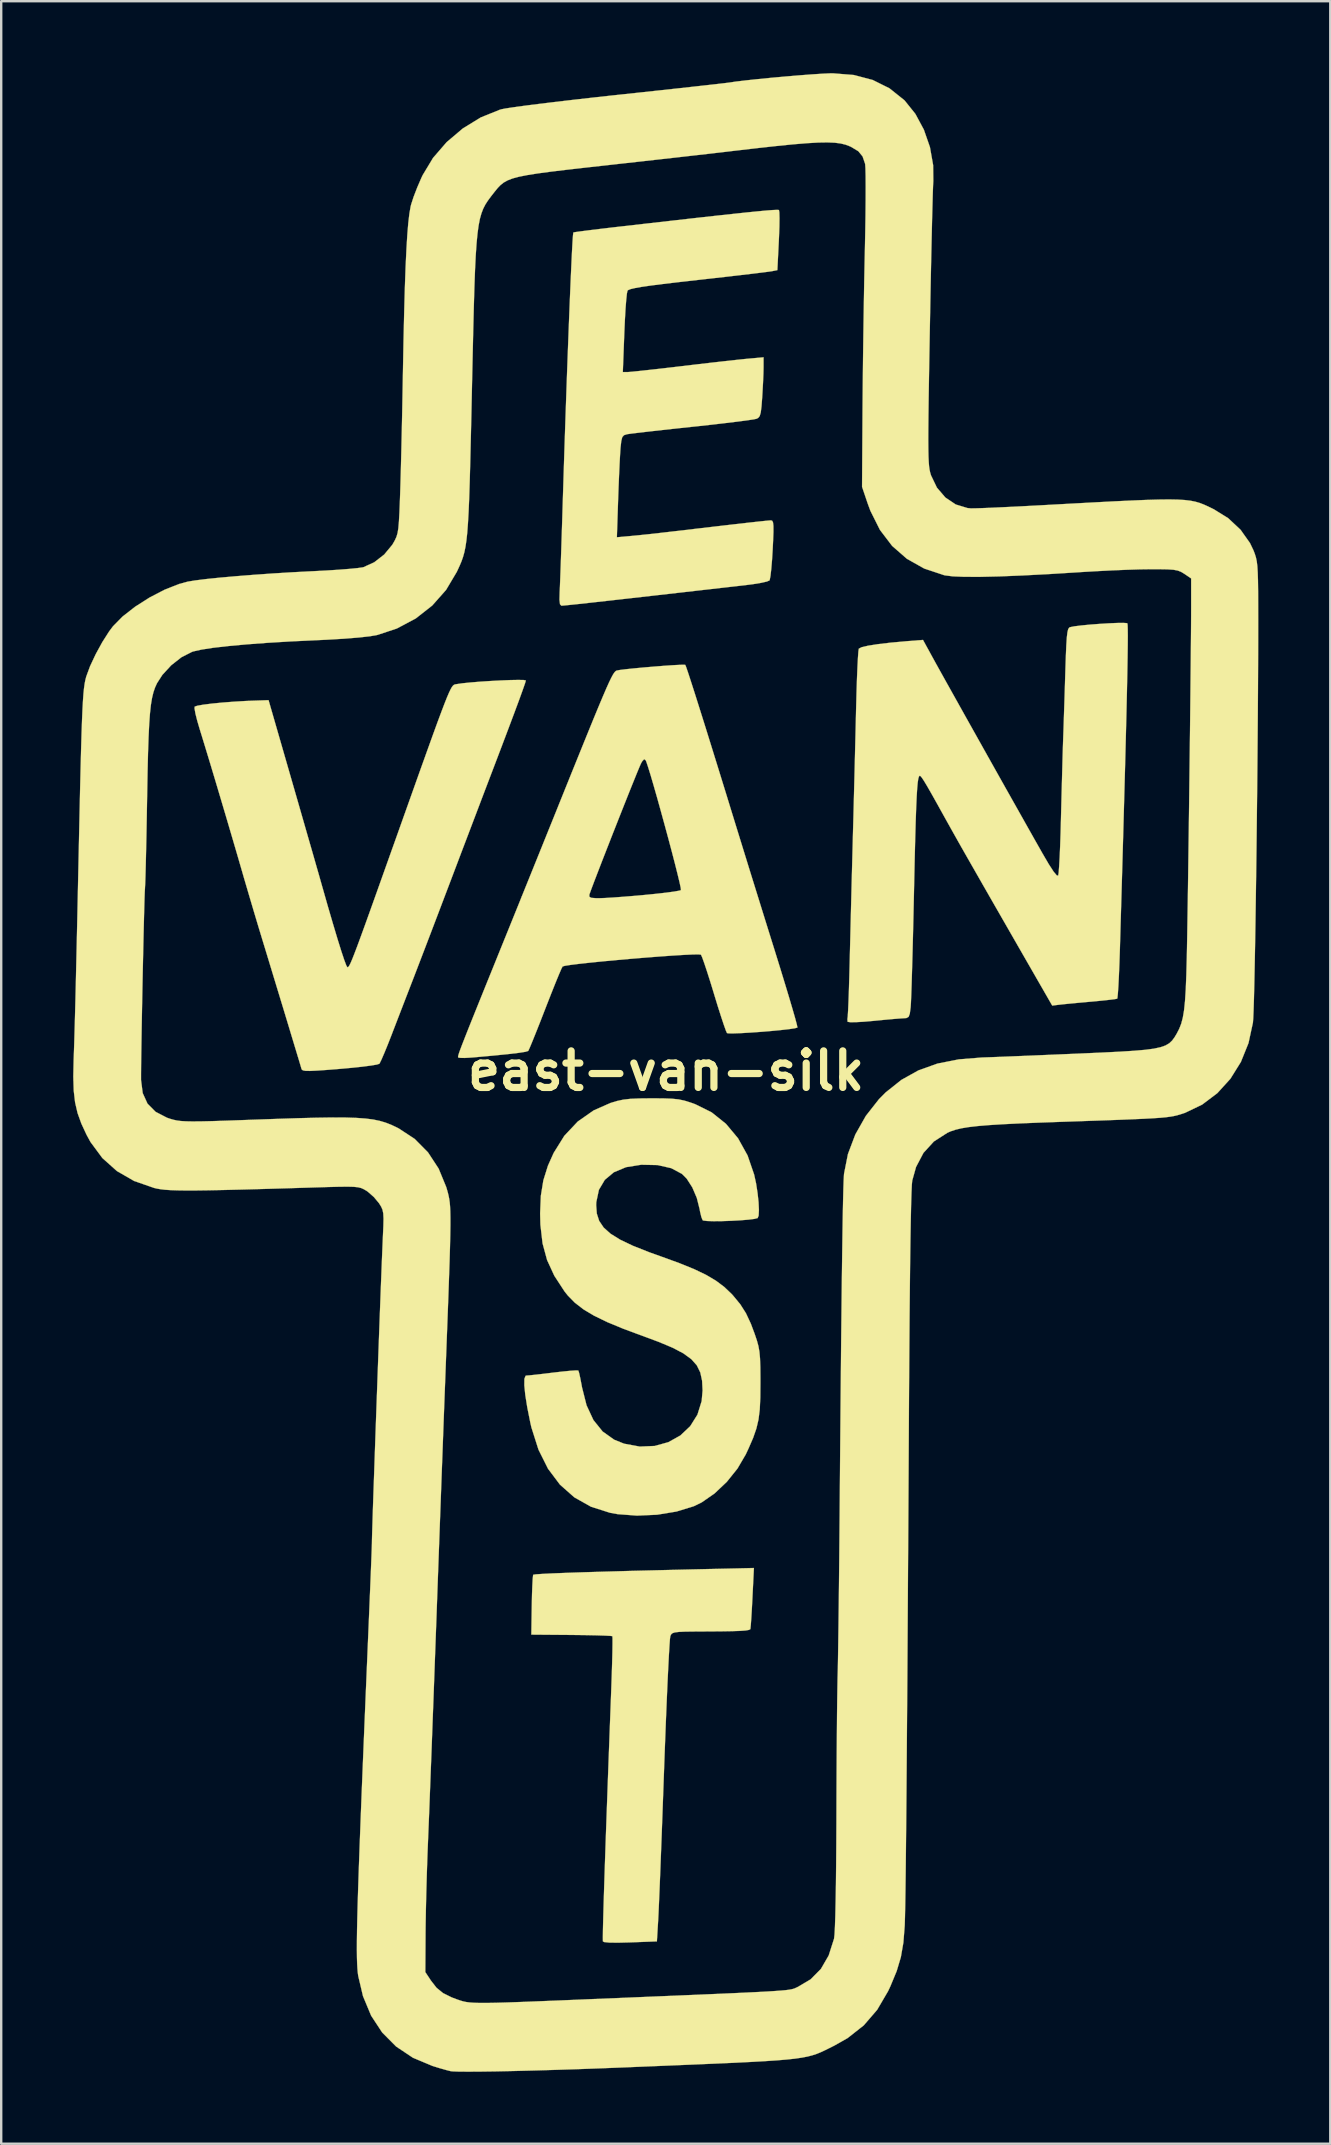
<source format=kicad_pcb>
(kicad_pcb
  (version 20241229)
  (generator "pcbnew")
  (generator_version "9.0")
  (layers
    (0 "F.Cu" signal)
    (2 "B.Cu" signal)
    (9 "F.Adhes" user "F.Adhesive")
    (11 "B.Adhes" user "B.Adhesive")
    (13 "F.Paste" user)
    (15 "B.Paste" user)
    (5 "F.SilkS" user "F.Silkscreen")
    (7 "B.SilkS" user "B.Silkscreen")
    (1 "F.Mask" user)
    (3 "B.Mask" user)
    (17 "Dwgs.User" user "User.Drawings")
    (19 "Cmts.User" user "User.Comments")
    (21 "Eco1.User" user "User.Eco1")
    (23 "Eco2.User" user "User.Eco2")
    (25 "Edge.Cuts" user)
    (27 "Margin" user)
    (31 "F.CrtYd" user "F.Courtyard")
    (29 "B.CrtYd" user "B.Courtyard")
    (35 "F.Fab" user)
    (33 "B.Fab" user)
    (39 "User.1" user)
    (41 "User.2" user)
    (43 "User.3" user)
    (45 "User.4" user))
  (footprint "east-van-silk"
    (layer "F.Cu")
    (at 24.709 41.583)
    (property "Reference" "east-van-silk" (at 0 0 0) (layer "F.SilkS") (effects (font (size 1.524 1.524) (thickness 0.3))))
    (attr through_hole)
    (fp_poly (pts (xy 3.6 21.979) (xy 3.577 22.422) (xy 3.554 22.801) (xy 3.534 23.085) (xy 3.518 23.245) (xy 3.513 23.269) (xy 3.451 23.299) (xy 3.318 23.322) (xy 3.093 23.339) (xy 2.757 23.35) (xy 2.29 23.358) (xy 1.712 23.362) (xy 1.183 23.365) (xy 0.798 23.37) (xy 0.534 23.382) (xy 0.364 23.403) (xy 0.265 23.437) (xy 0.212 23.486) (xy 0.181 23.553) (xy 0.179 23.558) (xy 0.163 23.675) (xy 0.143 23.945) (xy 0.119 24.355) (xy 0.091 24.89) (xy 0.06 25.533) (xy 0.028 26.272) (xy -0.006 27.089) (xy -0.04 27.972) (xy -0.075 28.903) (xy -0.081 29.083) (xy -0.116 30.049) (xy -0.15 30.989) (xy -0.183 31.885) (xy -0.215 32.719) (xy -0.244 33.473) (xy -0.271 34.131) (xy -0.294 34.673) (xy -0.312 35.082) (xy -0.325 35.341) (xy -0.325 35.348) (xy -0.381 36.28) (xy -1.503 36.322) (xy -2.005 36.335) (xy -2.367 36.33) (xy -2.578 36.308) (xy -2.631 36.28) (xy -2.633 36.118) (xy -2.629 35.792) (xy -2.617 35.305) (xy -2.599 34.663) (xy -2.574 33.868) (xy -2.543 32.926) (xy -2.506 31.841) (xy -2.462 30.617) (xy -2.413 29.259) (xy -2.358 27.771) (xy -2.297 26.157) (xy -2.285 25.831) (xy -2.264 25.234) (xy -2.247 24.694) (xy -2.235 24.234) (xy -2.23 23.876) (xy -2.23 23.643) (xy -2.237 23.559) (xy -2.329 23.547) (xy -2.564 23.535) (xy -2.916 23.524) (xy -3.358 23.515) (xy -3.865 23.509) (xy -3.944 23.508) (xy -5.614 23.495) (xy -5.595 22.268) (xy -5.586 21.83) (xy -5.572 21.456) (xy -5.557 21.175) (xy -5.541 21.02) (xy -5.535 21) (xy -5.435 20.984) (xy -5.171 20.965) (xy -4.746 20.944) (xy -4.165 20.921) (xy -3.432 20.896) (xy -2.551 20.87) (xy -1.527 20.841) (xy -0.363 20.812) (xy 0.935 20.781) (xy 0.963 20.78) (xy 3.662 20.718) (xy 3.6 21.979)) (stroke (width 0.01) (type solid)) (fill yes) (layer "F.SilkS"))
    (fp_poly (pts (xy -5.938 -16.291) (xy -5.844 -16.274) (xy -5.843 -16.271) (xy -5.874 -16.16) (xy -5.966 -15.896) (xy -6.116 -15.481) (xy -6.324 -14.92) (xy -6.588 -14.218) (xy -6.906 -13.377) (xy -7.196 -12.615) (xy -7.405 -12.068) (xy -7.659 -11.4) (xy -7.944 -10.649) (xy -8.246 -9.854) (xy -8.551 -9.052) (xy -8.843 -8.281) (xy -8.933 -8.043) (xy -9.206 -7.325) (xy -9.484 -6.593) (xy -9.756 -5.878) (xy -10.01 -5.213) (xy -10.234 -4.628) (xy -10.415 -4.156) (xy -10.483 -3.979) (xy -10.7 -3.418) (xy -10.94 -2.797) (xy -11.177 -2.182) (xy -11.385 -1.642) (xy -11.43 -1.524) (xy -11.592 -1.11) (xy -11.739 -0.751) (xy -11.857 -0.477) (xy -11.934 -0.32) (xy -11.949 -0.297) (xy -12.056 -0.263) (xy -12.303 -0.222) (xy -12.663 -0.175) (xy -13.108 -0.128) (xy -13.593 -0.084) (xy -14.147 -0.04) (xy -14.555 -0.012) (xy -14.84 0.001) (xy -15.024 -0.002) (xy -15.13 -0.021) (xy -15.18 -0.056) (xy -15.193 -0.084) (xy -15.23 -0.211) (xy -15.31 -0.478) (xy -15.426 -0.862) (xy -15.571 -1.341) (xy -15.737 -1.892) (xy -15.919 -2.493) (xy -16.11 -3.121) (xy -16.303 -3.755) (xy -16.49 -4.371) (xy -16.665 -4.947) (xy -16.809 -5.419) (xy -16.994 -6.028) (xy -17.198 -6.71) (xy -17.401 -7.397) (xy -17.584 -8.019) (xy -17.652 -8.255) (xy -17.857 -8.962) (xy -18.083 -9.733) (xy -18.32 -10.538) (xy -18.56 -11.346) (xy -18.793 -12.129) (xy -19.011 -12.854) (xy -19.205 -13.493) (xy -19.365 -14.015) (xy -19.43 -14.224) (xy -19.537 -14.589) (xy -19.614 -14.894) (xy -19.651 -15.104) (xy -19.646 -15.181) (xy -19.533 -15.22) (xy -19.282 -15.264) (xy -18.924 -15.309) (xy -18.491 -15.351) (xy -18.012 -15.388) (xy -17.521 -15.417) (xy -17.279 -15.427) (xy -16.566 -15.452) (xy -15.564 -11.98) (xy -15.342 -11.21) (xy -15.127 -10.463) (xy -14.925 -9.76) (xy -14.741 -9.123) (xy -14.584 -8.574) (xy -14.458 -8.135) (xy -14.371 -7.828) (xy -14.348 -7.747) (xy -14.103 -6.887) (xy -13.883 -6.135) (xy -13.693 -5.5) (xy -13.534 -4.991) (xy -13.41 -4.618) (xy -13.324 -4.391) (xy -13.279 -4.318) (xy -13.255 -4.325) (xy -13.226 -4.352) (xy -13.189 -4.411) (xy -13.139 -4.515) (xy -13.072 -4.673) (xy -12.984 -4.897) (xy -12.869 -5.199) (xy -12.725 -5.59) (xy -12.546 -6.082) (xy -12.329 -6.686) (xy -12.069 -7.413) (xy -11.762 -8.275) (xy -11.403 -9.283) (xy -11.331 -9.483) (xy -10.912 -10.661) (xy -10.546 -11.689) (xy -10.229 -12.579) (xy -9.956 -13.34) (xy -9.725 -13.982) (xy -9.531 -14.515) (xy -9.369 -14.95) (xy -9.237 -15.297) (xy -9.13 -15.566) (xy -9.044 -15.767) (xy -8.975 -15.91) (xy -8.92 -16.005) (xy -8.873 -16.064) (xy -8.831 -16.095) (xy -8.791 -16.109) (xy -8.748 -16.117) (xy -8.733 -16.119) (xy -8.488 -16.155) (xy -8.149 -16.189) (xy -7.747 -16.222) (xy -7.315 -16.25) (xy -6.886 -16.273) (xy -6.491 -16.289) (xy -6.164 -16.295) (xy -5.938 -16.291)) (stroke (width 0.01) (type solid)) (fill yes) (layer "F.SilkS"))
    (fp_poly (pts (xy -0.113 1.146) (xy 0.242 1.159) (xy 0.519 1.187) (xy 0.763 1.238) (xy 1.018 1.317) (xy 1.216 1.388) (xy 1.899 1.727) (xy 2.498 2.206) (xy 3.002 2.81) (xy 3.399 3.526) (xy 3.673 4.324) (xy 3.754 4.697) (xy 3.815 5.092) (xy 3.856 5.472) (xy 3.871 5.798) (xy 3.859 6.031) (xy 3.819 6.133) (xy 3.686 6.168) (xy 3.432 6.2) (xy 3.095 6.227) (xy 2.714 6.248) (xy 2.331 6.261) (xy 1.982 6.264) (xy 1.709 6.256) (xy 1.55 6.236) (xy 1.527 6.224) (xy 1.473 6.093) (xy 1.418 5.864) (xy 1.399 5.757) (xy 1.283 5.295) (xy 1.095 4.855) (xy 0.861 4.49) (xy 0.666 4.294) (xy 0.216 4.054) (xy -0.352 3.925) (xy -1.024 3.911) (xy -1.041 3.912) (xy -1.668 4.013) (xy -2.174 4.224) (xy -2.551 4.539) (xy -2.798 4.956) (xy -2.907 5.469) (xy -2.912 5.596) (xy -2.886 5.944) (xy -2.787 6.251) (xy -2.601 6.527) (xy -2.314 6.785) (xy -1.912 7.035) (xy -1.382 7.288) (xy -0.707 7.556) (xy -0.207 7.735) (xy 0.55 8.01) (xy 1.168 8.261) (xy 1.669 8.501) (xy 2.08 8.744) (xy 2.426 9.004) (xy 2.73 9.293) (xy 2.8 9.37) (xy 3.096 9.73) (xy 3.331 10.1) (xy 3.535 10.536) (xy 3.695 10.964) (xy 3.786 11.234) (xy 3.85 11.468) (xy 3.892 11.705) (xy 3.917 11.983) (xy 3.93 12.343) (xy 3.934 12.82) (xy 3.934 12.996) (xy 3.929 13.617) (xy 3.906 14.113) (xy 3.854 14.528) (xy 3.765 14.907) (xy 3.631 15.293) (xy 3.441 15.731) (xy 3.324 15.982) (xy 2.978 16.573) (xy 2.533 17.128) (xy 2.024 17.61) (xy 1.487 17.983) (xy 1.16 18.143) (xy 0.436 18.365) (xy -0.374 18.498) (xy -1.212 18.535) (xy -2.018 18.474) (xy -2.338 18.416) (xy -3.129 18.164) (xy -3.824 17.772) (xy -4.421 17.244) (xy -4.919 16.581) (xy -5.316 15.786) (xy -5.611 14.859) (xy -5.659 14.647) (xy -5.783 14.026) (xy -5.866 13.508) (xy -5.906 13.106) (xy -5.903 12.835) (xy -5.854 12.708) (xy -5.829 12.7) (xy -5.701 12.69) (xy -5.443 12.663) (xy -5.093 12.623) (xy -4.701 12.575) (xy -4.307 12.53) (xy -3.979 12.498) (xy -3.751 12.483) (xy -3.655 12.488) (xy -3.655 12.488) (xy -3.624 12.584) (xy -3.575 12.804) (xy -3.517 13.105) (xy -3.503 13.185) (xy -3.313 13.937) (xy -3.027 14.552) (xy -2.643 15.029) (xy -2.161 15.372) (xy -1.749 15.537) (xy -1.094 15.658) (xy -0.473 15.632) (xy 0.097 15.474) (xy 0.596 15.196) (xy 1.006 14.809) (xy 1.309 14.327) (xy 1.485 13.762) (xy 1.524 13.319) (xy 1.503 12.912) (xy 1.428 12.568) (xy 1.284 12.274) (xy 1.054 12.014) (xy 0.723 11.773) (xy 0.273 11.537) (xy -0.311 11.292) (xy -0.967 11.049) (xy -1.784 10.746) (xy -2.457 10.467) (xy -3.003 10.201) (xy -3.445 9.936) (xy -3.802 9.66) (xy -4.093 9.363) (xy -4.23 9.191) (xy -4.656 8.538) (xy -4.957 7.885) (xy -5.146 7.189) (xy -5.236 6.408) (xy -5.248 5.939) (xy -5.217 5.202) (xy -5.113 4.561) (xy -4.922 3.951) (xy -4.684 3.42) (xy -4.239 2.705) (xy -3.68 2.111) (xy -3.016 1.646) (xy -2.321 1.339) (xy -2.045 1.255) (xy -1.779 1.198) (xy -1.48 1.164) (xy -1.102 1.148) (xy -0.6 1.143) (xy -0.593 1.143) (xy -0.113 1.146)) (stroke (width 0.01) (type solid)) (fill yes) (layer "F.SilkS"))
    (fp_poly (pts (xy 4.675 -35.885) (xy 4.707 -35.877) (xy 4.722 -35.777) (xy 4.728 -35.539) (xy 4.724 -35.196) (xy 4.709 -34.778) (xy 4.701 -34.598) (xy 4.64 -33.375) (xy 4.415 -33.33) (xy 4.28 -33.31) (xy 3.997 -33.274) (xy 3.589 -33.224) (xy 3.076 -33.164) (xy 2.481 -33.095) (xy 1.825 -33.021) (xy 1.327 -32.965) (xy 0.524 -32.874) (xy -0.126 -32.797) (xy -0.636 -32.732) (xy -1.022 -32.676) (xy -1.297 -32.627) (xy -1.478 -32.584) (xy -1.578 -32.543) (xy -1.607 -32.514) (xy -1.632 -32.392) (xy -1.66 -32.128) (xy -1.689 -31.753) (xy -1.715 -31.294) (xy -1.738 -30.781) (xy -1.739 -30.754) (xy -1.801 -29.125) (xy -1.599 -29.126) (xy -1.461 -29.136) (xy -1.18 -29.164) (xy -0.783 -29.207) (xy -0.295 -29.261) (xy 0.259 -29.325) (xy 0.677 -29.375) (xy 1.295 -29.448) (xy 1.897 -29.518) (xy 2.449 -29.58) (xy 2.919 -29.632) (xy 3.272 -29.669) (xy 3.408 -29.682) (xy 4.064 -29.741) (xy 4.064 -29.328) (xy 4.058 -29.055) (xy 4.042 -28.679) (xy 4.019 -28.261) (xy 4.008 -28.081) (xy 3.979 -27.695) (xy 3.948 -27.445) (xy 3.905 -27.296) (xy 3.843 -27.217) (xy 3.771 -27.179) (xy 3.642 -27.153) (xy 3.368 -27.112) (xy 2.971 -27.06) (xy 2.474 -27) (xy 1.9 -26.933) (xy 1.271 -26.864) (xy 1.096 -26.846) (xy 0.453 -26.777) (xy -0.143 -26.712) (xy -0.67 -26.653) (xy -1.104 -26.602) (xy -1.423 -26.564) (xy -1.603 -26.539) (xy -1.624 -26.536) (xy -1.75 -26.496) (xy -1.824 -26.415) (xy -1.866 -26.247) (xy -1.897 -25.966) (xy -1.914 -25.71) (xy -1.935 -25.324) (xy -1.957 -24.846) (xy -1.979 -24.315) (xy -1.996 -23.842) (xy -2.049 -22.241) (xy -1.469 -22.293) (xy -1.157 -22.323) (xy -0.732 -22.367) (xy -0.249 -22.421) (xy 0.237 -22.477) (xy 0.254 -22.479) (xy 1.296 -22.601) (xy 2.176 -22.704) (xy 2.9 -22.788) (xy 3.473 -22.853) (xy 3.902 -22.9) (xy 4.192 -22.93) (xy 4.35 -22.944) (xy 4.375 -22.945) (xy 4.426 -22.927) (xy 4.459 -22.858) (xy 4.475 -22.712) (xy 4.476 -22.464) (xy 4.462 -22.09) (xy 4.445 -21.738) (xy 4.418 -21.299) (xy 4.386 -20.918) (xy 4.353 -20.628) (xy 4.321 -20.463) (xy 4.311 -20.441) (xy 4.201 -20.395) (xy 3.961 -20.341) (xy 3.628 -20.286) (xy 3.325 -20.247) (xy 2.957 -20.205) (xy 2.462 -20.149) (xy 1.884 -20.083) (xy 1.265 -20.013) (xy 0.647 -19.942) (xy 0.55 -19.931) (xy -0.621 -19.798) (xy -1.627 -19.684) (xy -2.471 -19.589) (xy -3.156 -19.513) (xy -3.685 -19.455) (xy -4.061 -19.416) (xy -4.288 -19.394) (xy -4.362 -19.389) (xy -4.419 -19.448) (xy -4.441 -19.637) (xy -4.433 -19.96) (xy -4.422 -20.186) (xy -4.408 -20.556) (xy -4.39 -21.043) (xy -4.37 -21.622) (xy -4.349 -22.268) (xy -4.327 -22.954) (xy -4.317 -23.283) (xy -4.278 -24.533) (xy -4.239 -25.765) (xy -4.199 -26.967) (xy -4.159 -28.128) (xy -4.12 -29.237) (xy -4.081 -30.281) (xy -4.044 -31.249) (xy -4.009 -32.13) (xy -3.976 -32.912) (xy -3.946 -33.584) (xy -3.92 -34.135) (xy -3.897 -34.552) (xy -3.878 -34.824) (xy -3.863 -34.941) (xy -3.862 -34.944) (xy -3.774 -34.961) (xy -3.542 -34.993) (xy -3.192 -35.038) (xy -2.748 -35.092) (xy -2.234 -35.153) (xy -2.024 -35.177) (xy -0.762 -35.321) (xy 0.341 -35.446) (xy 1.294 -35.554) (xy 2.108 -35.644) (xy 2.791 -35.718) (xy 3.353 -35.778) (xy 3.803 -35.823) (xy 4.151 -35.856) (xy 4.406 -35.876) (xy 4.578 -35.885) (xy 4.675 -35.885)) (stroke (width 0.01) (type solid)) (fill yes) (layer "F.SilkS"))
    (fp_poly (pts (xy 19.21 -18.661) (xy 19.226 -18.654) (xy 19.237 -18.589) (xy 19.243 -18.417) (xy 19.246 -18.134) (xy 19.243 -17.735) (xy 19.236 -17.216) (xy 19.225 -16.571) (xy 19.209 -15.796) (xy 19.188 -14.888) (xy 19.162 -13.841) (xy 19.131 -12.65) (xy 19.094 -11.311) (xy 19.053 -9.82) (xy 19.006 -8.172) (xy 18.953 -6.363) (xy 18.914 -5.014) (xy 18.895 -4.454) (xy 18.874 -3.953) (xy 18.853 -3.536) (xy 18.832 -3.225) (xy 18.813 -3.045) (xy 18.803 -3.01) (xy 18.702 -2.99) (xy 18.468 -2.961) (xy 18.132 -2.925) (xy 17.73 -2.887) (xy 17.693 -2.884) (xy 17.261 -2.845) (xy 16.867 -2.808) (xy 16.554 -2.777) (xy 16.367 -2.756) (xy 16.096 -2.722) (xy 14.725 -5.107) (xy 14.15 -6.109) (xy 13.651 -6.978) (xy 13.222 -7.727) (xy 12.854 -8.371) (xy 12.539 -8.922) (xy 12.27 -9.395) (xy 12.04 -9.803) (xy 11.84 -10.16) (xy 11.662 -10.479) (xy 11.604 -10.583) (xy 11.297 -11.136) (xy 11.061 -11.557) (xy 10.884 -11.865) (xy 10.757 -12.077) (xy 10.668 -12.212) (xy 10.609 -12.285) (xy 10.607 -12.286) (xy 10.572 -12.303) (xy 10.541 -12.269) (xy 10.513 -12.174) (xy 10.488 -12.007) (xy 10.466 -11.756) (xy 10.445 -11.409) (xy 10.425 -10.956) (xy 10.405 -10.385) (xy 10.385 -9.685) (xy 10.364 -8.844) (xy 10.342 -7.851) (xy 10.329 -7.239) (xy 10.31 -6.4) (xy 10.291 -5.6) (xy 10.272 -4.857) (xy 10.253 -4.19) (xy 10.236 -3.617) (xy 10.22 -3.157) (xy 10.206 -2.828) (xy 10.195 -2.649) (xy 10.194 -2.646) (xy 10.16 -2.386) (xy 10.11 -2.253) (xy 10.018 -2.203) (xy 9.921 -2.196) (xy 9.75 -2.185) (xy 9.453 -2.161) (xy 9.071 -2.126) (xy 8.652 -2.085) (xy 8.251 -2.05) (xy 7.914 -2.031) (xy 7.676 -2.03) (xy 7.569 -2.046) (xy 7.568 -2.048) (xy 7.558 -2.171) (xy 7.563 -2.18) (xy 7.574 -2.278) (xy 7.589 -2.523) (xy 7.605 -2.892) (xy 7.622 -3.363) (xy 7.638 -3.912) (xy 7.654 -4.518) (xy 7.654 -4.53) (xy 7.671 -5.205) (xy 7.691 -6.004) (xy 7.713 -6.885) (xy 7.736 -7.803) (xy 7.76 -8.713) (xy 7.783 -9.571) (xy 7.789 -9.821) (xy 7.812 -10.658) (xy 7.835 -11.564) (xy 7.859 -12.494) (xy 7.881 -13.402) (xy 7.902 -14.245) (xy 7.919 -14.976) (xy 7.924 -15.165) (xy 7.94 -15.781) (xy 7.958 -16.342) (xy 7.978 -16.827) (xy 7.998 -17.213) (xy 8.017 -17.477) (xy 8.034 -17.596) (xy 8.036 -17.598) (xy 8.154 -17.659) (xy 8.424 -17.722) (xy 8.832 -17.786) (xy 9.361 -17.848) (xy 9.993 -17.905) (xy 10.033 -17.909) (xy 10.71 -17.962) (xy 11.096 -17.257) (xy 11.252 -16.973) (xy 11.481 -16.561) (xy 11.771 -16.041) (xy 12.112 -15.431) (xy 12.491 -14.752) (xy 12.9 -14.023) (xy 13.325 -13.264) (xy 13.757 -12.494) (xy 14.185 -11.732) (xy 14.598 -10.999) (xy 14.984 -10.313) (xy 15.333 -9.694) (xy 15.634 -9.163) (xy 15.686 -9.07) (xy 15.955 -8.61) (xy 16.155 -8.303) (xy 16.285 -8.148) (xy 16.344 -8.139) (xy 16.363 -8.252) (xy 16.383 -8.511) (xy 16.405 -8.891) (xy 16.426 -9.371) (xy 16.445 -9.925) (xy 16.46 -10.499) (xy 16.477 -11.173) (xy 16.495 -11.86) (xy 16.513 -12.519) (xy 16.529 -13.113) (xy 16.544 -13.601) (xy 16.552 -13.843) (xy 16.568 -14.289) (xy 16.586 -14.854) (xy 16.607 -15.487) (xy 16.627 -16.136) (xy 16.644 -16.698) (xy 16.664 -17.293) (xy 16.683 -17.741) (xy 16.704 -18.061) (xy 16.729 -18.276) (xy 16.76 -18.406) (xy 16.8 -18.472) (xy 16.837 -18.493) (xy 17.017 -18.529) (xy 17.307 -18.565) (xy 17.668 -18.6) (xy 18.062 -18.63) (xy 18.451 -18.654) (xy 18.798 -18.669) (xy 19.063 -18.672) (xy 19.21 -18.661)) (stroke (width 0.01) (type solid)) (fill yes) (layer "F.SilkS"))
    (fp_poly (pts (xy 0.803 -16.921) (xy 0.84 -16.828) (xy 0.923 -16.585) (xy 1.048 -16.201) (xy 1.213 -15.687) (xy 1.413 -15.054) (xy 1.646 -14.313) (xy 1.907 -13.474) (xy 2.194 -12.549) (xy 2.504 -11.547) (xy 2.696 -10.922) (xy 2.933 -10.153) (xy 3.207 -9.267) (xy 3.503 -8.309) (xy 3.81 -7.323) (xy 4.111 -6.355) (xy 4.394 -5.448) (xy 4.531 -5.011) (xy 4.748 -4.312) (xy 4.946 -3.665) (xy 5.121 -3.087) (xy 5.266 -2.595) (xy 5.378 -2.207) (xy 5.449 -1.941) (xy 5.476 -1.815) (xy 5.476 -1.807) (xy 5.371 -1.777) (xy 5.133 -1.741) (xy 4.797 -1.703) (xy 4.395 -1.664) (xy 3.963 -1.628) (xy 3.534 -1.598) (xy 3.143 -1.575) (xy 2.825 -1.563) (xy 2.612 -1.564) (xy 2.541 -1.576) (xy 2.495 -1.678) (xy 2.41 -1.915) (xy 2.295 -2.262) (xy 2.158 -2.691) (xy 2.009 -3.178) (xy 2 -3.209) (xy 1.85 -3.699) (xy 1.712 -4.133) (xy 1.594 -4.487) (xy 1.506 -4.732) (xy 1.456 -4.843) (xy 1.455 -4.844) (xy 1.354 -4.856) (xy 1.11 -4.852) (xy 0.745 -4.835) (xy 0.284 -4.807) (xy -0.249 -4.769) (xy -0.83 -4.724) (xy -1.435 -4.674) (xy -2.04 -4.621) (xy -2.62 -4.567) (xy -3.152 -4.513) (xy -3.611 -4.463) (xy -3.973 -4.418) (xy -4.215 -4.38) (xy -4.311 -4.352) (xy -4.362 -4.254) (xy -4.462 -4.021) (xy -4.603 -3.679) (xy -4.774 -3.251) (xy -4.966 -2.762) (xy -5.036 -2.582) (xy -5.231 -2.08) (xy -5.409 -1.631) (xy -5.558 -1.26) (xy -5.67 -0.99) (xy -5.735 -0.847) (xy -5.745 -0.831) (xy -5.858 -0.796) (xy -6.14 -0.752) (xy -6.59 -0.699) (xy -7.208 -0.637) (xy -7.992 -0.566) (xy -8.095 -0.557) (xy -8.374 -0.541) (xy -8.579 -0.542) (xy -8.657 -0.557) (xy -8.666 -0.572) (xy -8.667 -0.602) (xy -8.654 -0.659) (xy -8.625 -0.754) (xy -8.572 -0.901) (xy -8.493 -1.11) (xy -8.382 -1.394) (xy -8.235 -1.766) (xy -8.047 -2.236) (xy -7.813 -2.817) (xy -7.529 -3.521) (xy -7.189 -4.36) (xy -6.864 -5.165) (xy -6.516 -6.024) (xy -6.13 -6.978) (xy -6.018 -7.258) (xy -3.197 -7.258) (xy -3.115 -7.213) (xy -2.913 -7.198) (xy -2.798 -7.197) (xy -2.564 -7.205) (xy -2.202 -7.226) (xy -1.75 -7.26) (xy -1.246 -7.301) (xy -0.904 -7.332) (xy -0.423 -7.38) (xy -0.001 -7.428) (xy 0.333 -7.473) (xy 0.551 -7.512) (xy 0.622 -7.534) (xy 0.613 -7.625) (xy 0.564 -7.855) (xy 0.481 -8.201) (xy 0.371 -8.639) (xy 0.239 -9.147) (xy 0.092 -9.7) (xy -0.064 -10.275) (xy -0.222 -10.85) (xy -0.375 -11.4) (xy -0.519 -11.902) (xy -0.645 -12.332) (xy -0.749 -12.668) (xy -0.822 -12.886) (xy -0.849 -12.947) (xy -0.911 -12.993) (xy -0.996 -12.899) (xy -1.045 -12.81) (xy -1.104 -12.677) (xy -1.215 -12.409) (xy -1.368 -12.031) (xy -1.555 -11.566) (xy -1.765 -11.038) (xy -1.99 -10.47) (xy -2.22 -9.886) (xy -2.445 -9.31) (xy -2.658 -8.766) (xy -2.847 -8.276) (xy -3.005 -7.865) (xy -3.121 -7.556) (xy -3.187 -7.373) (xy -3.196 -7.345) (xy -3.197 -7.258) (xy -6.018 -7.258) (xy -5.725 -7.983) (xy -5.317 -8.993) (xy -4.926 -9.963) (xy -4.569 -10.847) (xy -4.386 -11.303) (xy -3.964 -12.351) (xy -3.599 -13.253) (xy -3.288 -14.02) (xy -3.026 -14.663) (xy -2.807 -15.193) (xy -2.627 -15.621) (xy -2.482 -15.957) (xy -2.366 -16.214) (xy -2.274 -16.402) (xy -2.203 -16.532) (xy -2.146 -16.614) (xy -2.1 -16.662) (xy -2.061 -16.684) (xy -1.93 -16.709) (xy -1.673 -16.741) (xy -1.325 -16.777) (xy -0.92 -16.815) (xy -0.492 -16.851) (xy -0.075 -16.884) (xy 0.296 -16.909) (xy 0.587 -16.924) (xy 0.765 -16.926) (xy 0.803 -16.921)) (stroke (width 0.01) (type solid)) (fill yes) (layer "F.SilkS"))
    (fp_poly (pts (xy 7.827 -41.507) (xy 8.615 -41.299) (xy 9.312 -40.952) (xy 9.923 -40.464) (xy 9.949 -40.439) (xy 10.391 -39.888) (xy 10.746 -39.228) (xy 10.999 -38.501) (xy 11.132 -37.751) (xy 11.139 -37.092) (xy 11.13 -36.912) (xy 11.118 -36.578) (xy 11.105 -36.106) (xy 11.089 -35.513) (xy 11.073 -34.813) (xy 11.055 -34.023) (xy 11.037 -33.159) (xy 11.019 -32.235) (xy 11.001 -31.269) (xy 10.994 -30.903) (xy 10.974 -29.785) (xy 10.958 -28.823) (xy 10.945 -28.005) (xy 10.936 -27.317) (xy 10.931 -26.746) (xy 10.929 -26.28) (xy 10.932 -25.905) (xy 10.938 -25.608) (xy 10.949 -25.378) (xy 10.963 -25.199) (xy 10.983 -25.061) (xy 11.006 -24.948) (xy 11.035 -24.85) (xy 11.044 -24.821) (xy 11.29 -24.309) (xy 11.642 -23.898) (xy 12.075 -23.607) (xy 12.565 -23.458) (xy 12.704 -23.445) (xy 12.86 -23.446) (xy 13.162 -23.455) (xy 13.586 -23.472) (xy 14.108 -23.496) (xy 14.704 -23.525) (xy 15.351 -23.559) (xy 15.579 -23.571) (xy 16.75 -23.635) (xy 17.766 -23.69) (xy 18.638 -23.736) (xy 19.382 -23.771) (xy 20.008 -23.797) (xy 20.532 -23.812) (xy 20.966 -23.817) (xy 21.323 -23.81) (xy 21.616 -23.793) (xy 21.859 -23.764) (xy 22.064 -23.723) (xy 22.245 -23.67) (xy 22.416 -23.604) (xy 22.589 -23.526) (xy 22.777 -23.434) (xy 22.831 -23.408) (xy 23.431 -23.035) (xy 23.944 -22.555) (xy 24.337 -22.001) (xy 24.483 -21.696) (xy 24.54 -21.547) (xy 24.585 -21.404) (xy 24.619 -21.244) (xy 24.644 -21.045) (xy 24.66 -20.784) (xy 24.671 -20.441) (xy 24.677 -19.991) (xy 24.679 -19.413) (xy 24.68 -18.796) (xy 24.679 -17.909) (xy 24.676 -16.945) (xy 24.671 -15.918) (xy 24.664 -14.841) (xy 24.655 -13.728) (xy 24.645 -12.593) (xy 24.634 -11.448) (xy 24.621 -10.309) (xy 24.608 -9.188) (xy 24.594 -8.1) (xy 24.579 -7.058) (xy 24.564 -6.075) (xy 24.549 -5.166) (xy 24.533 -4.343) (xy 24.518 -3.622) (xy 24.503 -3.014) (xy 24.488 -2.535) (xy 24.474 -2.198) (xy 24.461 -2.015) (xy 24.461 -2.014) (xy 24.276 -1.159) (xy 23.959 -0.373) (xy 23.522 0.328) (xy 22.979 0.926) (xy 22.344 1.405) (xy 21.63 1.748) (xy 21.421 1.816) (xy 21.295 1.852) (xy 21.165 1.882) (xy 21.015 1.908) (xy 20.83 1.932) (xy 20.595 1.954) (xy 20.293 1.974) (xy 19.91 1.995) (xy 19.43 2.016) (xy 18.838 2.04) (xy 18.118 2.066) (xy 17.255 2.096) (xy 16.552 2.12) (xy 15.565 2.155) (xy 14.731 2.189) (xy 14.034 2.223) (xy 13.46 2.259) (xy 12.992 2.298) (xy 12.614 2.342) (xy 12.312 2.392) (xy 12.068 2.45) (xy 11.867 2.517) (xy 11.725 2.58) (xy 11.164 2.941) (xy 10.729 3.417) (xy 10.42 4.004) (xy 10.261 4.572) (xy 10.245 4.739) (xy 10.23 5.069) (xy 10.215 5.559) (xy 10.201 6.203) (xy 10.187 6.995) (xy 10.174 7.931) (xy 10.162 9.005) (xy 10.15 10.213) (xy 10.14 11.549) (xy 10.13 13.008) (xy 10.124 14.012) (xy 10.11 16.597) (xy 10.096 19.012) (xy 10.082 21.261) (xy 10.069 23.343) (xy 10.057 25.26) (xy 10.044 27.013) (xy 10.032 28.602) (xy 10.021 30.029) (xy 10.01 31.295) (xy 9.999 32.4) (xy 9.989 33.346) (xy 9.979 34.134) (xy 9.969 34.765) (xy 9.959 35.239) (xy 9.95 35.558) (xy 9.947 35.631) (xy 9.892 36.331) (xy 9.787 36.937) (xy 9.613 37.518) (xy 9.355 38.141) (xy 9.255 38.354) (xy 8.8 39.131) (xy 8.242 39.779) (xy 7.567 40.311) (xy 7.012 40.625) (xy 6.806 40.728) (xy 6.624 40.818) (xy 6.455 40.897) (xy 6.286 40.966) (xy 6.105 41.026) (xy 5.902 41.079) (xy 5.663 41.125) (xy 5.377 41.167) (xy 5.032 41.204) (xy 4.617 41.239) (xy 4.119 41.272) (xy 3.527 41.305) (xy 2.828 41.34) (xy 2.012 41.376) (xy 1.065 41.416) (xy -0.023 41.461) (xy -1.264 41.512) (xy -1.693 41.53) (xy -2.694 41.569) (xy -3.674 41.605) (xy -4.619 41.635) (xy -5.511 41.661) (xy -6.336 41.682) (xy -7.078 41.698) (xy -7.721 41.707) (xy -8.25 41.71) (xy -8.65 41.707) (xy -8.904 41.697) (xy -8.975 41.689) (xy -9.164 41.641) (xy -9.45 41.56) (xy -9.737 41.471) (xy -10.547 41.131) (xy -11.246 40.665) (xy -11.829 40.079) (xy -12.291 39.376) (xy -12.63 38.563) (xy -12.829 37.719) (xy -12.848 37.58) (xy -12.863 37.41) (xy -12.874 37.201) (xy -12.882 36.945) (xy -12.885 36.636) (xy -12.884 36.263) (xy -12.878 35.821) (xy -12.867 35.3) (xy -12.851 34.693) (xy -12.829 33.993) (xy -12.802 33.191) (xy -12.769 32.279) (xy -12.73 31.249) (xy -12.685 30.094) (xy -12.633 28.806) (xy -12.574 27.377) (xy -12.508 25.799) (xy -12.435 24.064) (xy -12.391 23.029) (xy -12.361 22.307) (xy -12.333 21.633) (xy -12.308 21.028) (xy -12.288 20.511) (xy -12.272 20.102) (xy -12.262 19.821) (xy -12.258 19.688) (xy -12.258 19.685) (xy -12.256 19.543) (xy -12.248 19.248) (xy -12.234 18.817) (xy -12.217 18.266) (xy -12.195 17.613) (xy -12.169 16.874) (xy -12.141 16.065) (xy -12.111 15.203) (xy -12.079 14.304) (xy -12.046 13.386) (xy -12.013 12.465) (xy -11.98 11.556) (xy -11.948 10.678) (xy -11.917 9.847) (xy -11.888 9.078) (xy -11.861 8.389) (xy -11.838 7.797) (xy -11.818 7.318) (xy -11.803 6.968) (xy -11.801 6.919) (xy -11.781 6.472) (xy -11.774 6.158) (xy -11.785 5.941) (xy -11.817 5.786) (xy -11.874 5.657) (xy -11.961 5.517) (xy -11.965 5.511) (xy -12.177 5.257) (xy -12.432 5.033) (xy -12.492 4.993) (xy -12.601 4.929) (xy -12.707 4.882) (xy -12.837 4.85) (xy -13.016 4.831) (xy -13.267 4.825) (xy -13.617 4.828) (xy -14.091 4.84) (xy -14.594 4.855) (xy -15.774 4.891) (xy -16.799 4.921) (xy -17.679 4.945) (xy -18.428 4.963) (xy -19.059 4.976) (xy -19.584 4.983) (xy -20.015 4.984) (xy -20.366 4.979) (xy -20.648 4.969) (xy -20.876 4.954) (xy -21.06 4.933) (xy -21.215 4.906) (xy -21.336 4.878) (xy -22.168 4.589) (xy -22.887 4.174) (xy -23.493 3.632) (xy -23.987 2.964) (xy -24.152 2.662) (xy -24.369 2.194) (xy -24.526 1.758) (xy -24.629 1.314) (xy -24.686 0.822) (xy -24.704 0.242) (xy -24.702 0.14) (xy -21.881 0.14) (xy -21.881 0.381) (xy -21.811 0.926) (xy -21.611 1.366) (xy -21.275 1.705) (xy -20.799 1.952) (xy -20.67 1.996) (xy -20.531 2.036) (xy -20.388 2.067) (xy -20.22 2.089) (xy -20.007 2.102) (xy -19.729 2.107) (xy -19.368 2.104) (xy -18.901 2.093) (xy -18.311 2.074) (xy -17.576 2.048) (xy -17.359 2.04) (xy -16.283 2.002) (xy -15.362 1.972) (xy -14.578 1.952) (xy -13.918 1.942) (xy -13.366 1.944) (xy -12.907 1.959) (xy -12.524 1.986) (xy -12.203 2.027) (xy -11.929 2.084) (xy -11.686 2.156) (xy -11.458 2.245) (xy -11.231 2.352) (xy -11.134 2.402) (xy -10.476 2.835) (xy -9.92 3.397) (xy -9.477 4.073) (xy -9.158 4.848) (xy -9.092 5.08) (xy -9.063 5.202) (xy -9.038 5.328) (xy -9.017 5.469) (xy -9.002 5.638) (xy -8.992 5.847) (xy -8.987 6.107) (xy -8.987 6.432) (xy -8.993 6.833) (xy -9.004 7.322) (xy -9.021 7.911) (xy -9.045 8.613) (xy -9.074 9.439) (xy -9.11 10.402) (xy -9.152 11.514) (xy -9.184 12.361) (xy -9.208 12.995) (xy -9.238 13.777) (xy -9.272 14.683) (xy -9.309 15.694) (xy -9.35 16.787) (xy -9.392 17.939) (xy -9.436 19.13) (xy -9.48 20.338) (xy -9.524 21.54) (xy -9.565 22.691) (xy -9.607 23.831) (xy -9.649 24.972) (xy -9.69 26.095) (xy -9.731 27.181) (xy -9.769 28.213) (xy -9.806 29.171) (xy -9.839 30.037) (xy -9.868 30.793) (xy -9.893 31.419) (xy -9.913 31.898) (xy -9.915 31.962) (xy -9.944 32.686) (xy -9.97 33.462) (xy -9.992 34.242) (xy -10.009 34.977) (xy -10.02 35.617) (xy -10.023 35.903) (xy -10.033 37.559) (xy -9.8 37.912) (xy -9.566 38.213) (xy -9.293 38.436) (xy -8.931 38.616) (xy -8.689 38.706) (xy -8.571 38.746) (xy -8.458 38.78) (xy -8.335 38.806) (xy -8.188 38.826) (xy -8.003 38.839) (xy -7.765 38.846) (xy -7.46 38.846) (xy -7.074 38.839) (xy -6.592 38.825) (xy -6.001 38.804) (xy -5.285 38.776) (xy -4.431 38.742) (xy -3.424 38.7) (xy -3.26 38.693) (xy -1.885 38.637) (xy -0.669 38.586) (xy 0.399 38.542) (xy 1.327 38.503) (xy 2.127 38.469) (xy 2.809 38.439) (xy 3.383 38.412) (xy 3.859 38.389) (xy 4.247 38.368) (xy 4.558 38.348) (xy 4.801 38.33) (xy 4.987 38.313) (xy 5.126 38.295) (xy 5.228 38.277) (xy 5.304 38.258) (xy 5.363 38.238) (xy 5.415 38.214) (xy 5.472 38.188) (xy 5.481 38.184) (xy 6.025 37.863) (xy 6.456 37.427) (xy 6.779 36.868) (xy 7 36.177) (xy 7.005 36.153) (xy 7.023 35.987) (xy 7.04 35.665) (xy 7.056 35.201) (xy 7.069 34.607) (xy 7.081 33.896) (xy 7.09 33.083) (xy 7.097 32.181) (xy 7.102 31.202) (xy 7.102 31.115) (xy 7.105 30.194) (xy 7.109 29.285) (xy 7.114 28.41) (xy 7.121 27.59) (xy 7.127 26.846) (xy 7.135 26.2) (xy 7.143 25.673) (xy 7.15 25.287) (xy 7.153 25.188) (xy 7.161 24.881) (xy 7.169 24.422) (xy 7.178 23.831) (xy 7.188 23.125) (xy 7.198 22.323) (xy 7.208 21.443) (xy 7.218 20.504) (xy 7.227 19.523) (xy 7.236 18.519) (xy 7.238 18.246) (xy 7.254 16.259) (xy 7.27 14.439) (xy 7.285 12.781) (xy 7.299 11.281) (xy 7.314 9.936) (xy 7.327 8.744) (xy 7.341 7.699) (xy 7.354 6.799) (xy 7.366 6.039) (xy 7.379 5.417) (xy 7.391 4.929) (xy 7.403 4.571) (xy 7.415 4.341) (xy 7.42 4.282) (xy 7.582 3.464) (xy 7.89 2.649) (xy 8.328 1.875) (xy 8.875 1.178) (xy 9.163 0.889) (xy 9.812 0.373) (xy 10.521 -0.022) (xy 11.313 -0.305) (xy 12.206 -0.481) (xy 13.166 -0.558) (xy 13.517 -0.57) (xy 14.008 -0.589) (xy 14.61 -0.613) (xy 15.295 -0.641) (xy 16.031 -0.672) (xy 16.792 -0.704) (xy 17.314 -0.726) (xy 18.189 -0.765) (xy 18.911 -0.801) (xy 19.497 -0.838) (xy 19.964 -0.878) (xy 20.328 -0.926) (xy 20.606 -0.986) (xy 20.816 -1.059) (xy 20.973 -1.151) (xy 21.094 -1.265) (xy 21.195 -1.403) (xy 21.285 -1.553) (xy 21.388 -1.753) (xy 21.472 -1.967) (xy 21.538 -2.217) (xy 21.59 -2.525) (xy 21.63 -2.91) (xy 21.661 -3.393) (xy 21.685 -3.996) (xy 21.705 -4.739) (xy 21.712 -5.08) (xy 21.722 -5.633) (xy 21.733 -6.316) (xy 21.746 -7.109) (xy 21.759 -7.995) (xy 21.772 -8.954) (xy 21.786 -9.967) (xy 21.8 -11.016) (xy 21.813 -12.083) (xy 21.826 -13.148) (xy 21.839 -14.192) (xy 21.85 -15.197) (xy 21.86 -16.145) (xy 21.869 -17.016) (xy 21.876 -17.791) (xy 21.882 -18.453) (xy 21.885 -18.981) (xy 21.886 -19.343) (xy 21.886 -20.525) (xy 21.599 -20.719) (xy 21.467 -20.799) (xy 21.328 -20.853) (xy 21.148 -20.887) (xy 20.891 -20.904) (xy 20.523 -20.91) (xy 20.202 -20.91) (xy 19.765 -20.904) (xy 19.207 -20.886) (xy 18.575 -20.86) (xy 17.917 -20.826) (xy 17.28 -20.789) (xy 17.23 -20.785) (xy 15.972 -20.707) (xy 14.86 -20.649) (xy 13.899 -20.61) (xy 13.091 -20.591) (xy 12.441 -20.592) (xy 11.951 -20.612) (xy 11.625 -20.653) (xy 11.596 -20.659) (xy 10.763 -20.936) (xy 10.039 -21.343) (xy 9.424 -21.88) (xy 8.916 -22.547) (xy 8.517 -23.345) (xy 8.404 -23.651) (xy 8.17 -24.342) (xy 8.191 -27.644) (xy 8.199 -28.57) (xy 8.21 -29.611) (xy 8.225 -30.714) (xy 8.242 -31.827) (xy 8.26 -32.898) (xy 8.28 -33.873) (xy 8.288 -34.229) (xy 8.303 -34.97) (xy 8.314 -35.668) (xy 8.32 -36.303) (xy 8.321 -36.853) (xy 8.319 -37.299) (xy 8.311 -37.62) (xy 8.299 -37.795) (xy 8.296 -37.808) (xy 8.192 -38.113) (xy 8.016 -38.329) (xy 7.723 -38.506) (xy 7.662 -38.535) (xy 7.485 -38.603) (xy 7.28 -38.653) (xy 7.032 -38.685) (xy 6.725 -38.698) (xy 6.344 -38.692) (xy 5.875 -38.665) (xy 5.303 -38.618) (xy 4.612 -38.549) (xy 3.787 -38.458) (xy 2.813 -38.345) (xy 2.54 -38.312) (xy 2.23 -38.276) (xy 1.776 -38.223) (xy 1.2 -38.158) (xy 0.525 -38.081) (xy -0.224 -37.997) (xy -1.025 -37.907) (xy -1.855 -37.815) (xy -2.371 -37.757) (xy -3.327 -37.651) (xy -4.131 -37.559) (xy -4.796 -37.479) (xy -5.34 -37.406) (xy -5.777 -37.337) (xy -6.122 -37.269) (xy -6.392 -37.197) (xy -6.6 -37.117) (xy -6.763 -37.027) (xy -6.896 -36.922) (xy -7.015 -36.799) (xy -7.134 -36.653) (xy -7.177 -36.598) (xy -7.311 -36.427) (xy -7.428 -36.267) (xy -7.531 -36.108) (xy -7.619 -35.936) (xy -7.694 -35.74) (xy -7.759 -35.509) (xy -7.813 -35.228) (xy -7.859 -34.888) (xy -7.898 -34.474) (xy -7.932 -33.977) (xy -7.961 -33.382) (xy -7.987 -32.679) (xy -8.011 -31.854) (xy -8.035 -30.897) (xy -8.06 -29.795) (xy -8.088 -28.536) (xy -8.088 -28.533) (xy -8.114 -27.311) (xy -8.139 -26.245) (xy -8.161 -25.324) (xy -8.183 -24.533) (xy -8.205 -23.862) (xy -8.229 -23.296) (xy -8.256 -22.823) (xy -8.285 -22.431) (xy -8.32 -22.107) (xy -8.36 -21.839) (xy -8.407 -21.612) (xy -8.462 -21.416) (xy -8.525 -21.237) (xy -8.599 -21.062) (xy -8.683 -20.879) (xy -8.722 -20.796) (xy -9.167 -20.048) (xy -9.743 -19.397) (xy -10.432 -18.856) (xy -11.219 -18.438) (xy -12.025 -18.171) (xy -12.337 -18.115) (xy -12.803 -18.063) (xy -13.406 -18.014) (xy -14.13 -17.971) (xy -14.584 -17.95) (xy -15.639 -17.9) (xy -16.608 -17.842) (xy -17.477 -17.777) (xy -18.234 -17.708) (xy -18.866 -17.636) (xy -19.358 -17.56) (xy -19.698 -17.484) (xy -19.762 -17.463) (xy -20.196 -17.241) (xy -20.624 -16.905) (xy -20.993 -16.504) (xy -21.216 -16.157) (xy -21.297 -15.979) (xy -21.365 -15.781) (xy -21.422 -15.545) (xy -21.47 -15.256) (xy -21.509 -14.897) (xy -21.541 -14.454) (xy -21.567 -13.91) (xy -21.59 -13.248) (xy -21.609 -12.453) (xy -21.626 -11.51) (xy -21.631 -11.218) (xy -21.644 -10.48) (xy -21.657 -9.781) (xy -21.671 -9.143) (xy -21.684 -8.587) (xy -21.696 -8.134) (xy -21.707 -7.807) (xy -21.717 -7.626) (xy -21.717 -7.62) (xy -21.726 -7.46) (xy -21.737 -7.152) (xy -21.749 -6.719) (xy -21.763 -6.181) (xy -21.778 -5.561) (xy -21.793 -4.88) (xy -21.809 -4.161) (xy -21.824 -3.424) (xy -21.838 -2.692) (xy -21.851 -1.986) (xy -21.862 -1.328) (xy -21.871 -0.74) (xy -21.878 -0.243) (xy -21.881 0.14) (xy -24.702 0.14) (xy -24.689 -0.462) (xy -24.677 -0.802) (xy -24.665 -1.156) (xy -24.654 -1.536) (xy -24.642 -1.956) (xy -24.629 -2.429) (xy -24.615 -2.968) (xy -24.6 -3.586) (xy -24.584 -4.296) (xy -24.565 -5.112) (xy -24.544 -6.045) (xy -24.521 -7.11) (xy -24.495 -8.32) (xy -24.469 -9.525) (xy -24.443 -10.726) (xy -24.42 -11.771) (xy -24.398 -12.67) (xy -24.378 -13.437) (xy -24.359 -14.084) (xy -24.34 -14.623) (xy -24.321 -15.066) (xy -24.301 -15.426) (xy -24.281 -15.714) (xy -24.258 -15.944) (xy -24.233 -16.127) (xy -24.205 -16.276) (xy -24.173 -16.402) (xy -24.165 -16.433) (xy -24.006 -16.865) (xy -23.772 -17.364) (xy -23.496 -17.869) (xy -23.211 -18.316) (xy -23.049 -18.532) (xy -22.647 -18.94) (xy -22.124 -19.348) (xy -21.528 -19.728) (xy -20.904 -20.052) (xy -20.3 -20.292) (xy -19.936 -20.391) (xy -19.624 -20.442) (xy -19.168 -20.499) (xy -18.594 -20.558) (xy -17.927 -20.617) (xy -17.193 -20.675) (xy -16.418 -20.73) (xy -15.626 -20.779) (xy -14.843 -20.82) (xy -14.732 -20.825) (xy -14.174 -20.854) (xy -13.655 -20.887) (xy -13.207 -20.922) (xy -12.858 -20.956) (xy -12.64 -20.987) (xy -12.606 -20.996) (xy -12.162 -21.198) (xy -11.745 -21.522) (xy -11.413 -21.923) (xy -11.376 -21.983) (xy -11.295 -22.128) (xy -11.234 -22.264) (xy -11.189 -22.419) (xy -11.156 -22.622) (xy -11.132 -22.901) (xy -11.111 -23.281) (xy -11.091 -23.793) (xy -11.082 -24.04) (xy -11.067 -24.513) (xy -11.05 -25.124) (xy -11.032 -25.841) (xy -11.014 -26.632) (xy -10.996 -27.465) (xy -10.98 -28.31) (xy -10.966 -29.083) (xy -10.941 -30.417) (xy -10.914 -31.59) (xy -10.886 -32.611) (xy -10.855 -33.489) (xy -10.82 -34.231) (xy -10.783 -34.846) (xy -10.742 -35.344) (xy -10.696 -35.732) (xy -10.646 -36.02) (xy -10.624 -36.11) (xy -10.521 -36.428) (xy -10.368 -36.824) (xy -10.194 -37.226) (xy -10.143 -37.334) (xy -9.71 -38.053) (xy -9.142 -38.71) (xy -8.469 -39.28) (xy -7.723 -39.738) (xy -6.934 -40.057) (xy -6.858 -40.079) (xy -6.684 -40.113) (xy -6.36 -40.162) (xy -5.903 -40.225) (xy -5.331 -40.298) (xy -4.662 -40.379) (xy -3.914 -40.467) (xy -3.105 -40.559) (xy -2.252 -40.653) (xy -1.99 -40.681) (xy -1.138 -40.772) (xy -0.333 -40.859) (xy 0.41 -40.94) (xy 1.073 -41.013) (xy 1.64 -41.076) (xy 2.095 -41.127) (xy 2.42 -41.165) (xy 2.599 -41.187) (xy 2.625 -41.19) (xy 2.904 -41.232) (xy 3.315 -41.281) (xy 3.821 -41.335) (xy 4.388 -41.391) (xy 4.978 -41.444) (xy 5.557 -41.493) (xy 6.088 -41.533) (xy 6.535 -41.562) (xy 6.862 -41.577) (xy 6.943 -41.578) (xy 7.827 -41.507)) (stroke (width 0.01) (type solid)) (fill yes) (layer "F.SilkS")))
  (gr_rect
    (start -3 -3)
    (end 52.394 86.298)
    (stroke (width 0.1) (type default))
    (fill no)
    (layer "Edge.Cuts")))
</source>
